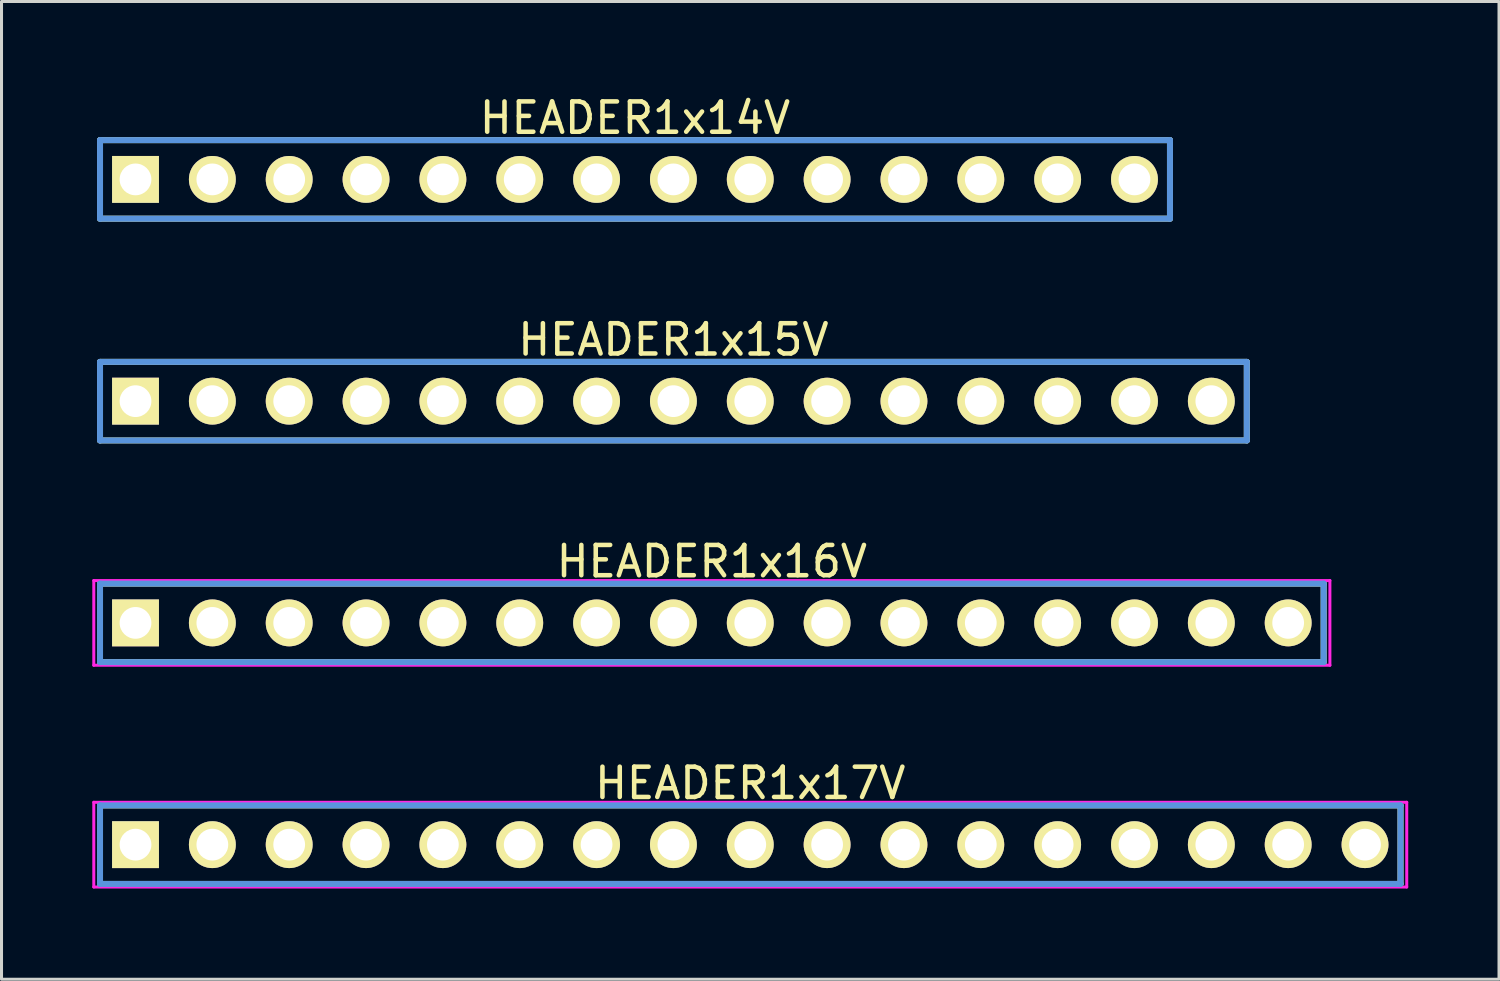
<source format=kicad_pcb>
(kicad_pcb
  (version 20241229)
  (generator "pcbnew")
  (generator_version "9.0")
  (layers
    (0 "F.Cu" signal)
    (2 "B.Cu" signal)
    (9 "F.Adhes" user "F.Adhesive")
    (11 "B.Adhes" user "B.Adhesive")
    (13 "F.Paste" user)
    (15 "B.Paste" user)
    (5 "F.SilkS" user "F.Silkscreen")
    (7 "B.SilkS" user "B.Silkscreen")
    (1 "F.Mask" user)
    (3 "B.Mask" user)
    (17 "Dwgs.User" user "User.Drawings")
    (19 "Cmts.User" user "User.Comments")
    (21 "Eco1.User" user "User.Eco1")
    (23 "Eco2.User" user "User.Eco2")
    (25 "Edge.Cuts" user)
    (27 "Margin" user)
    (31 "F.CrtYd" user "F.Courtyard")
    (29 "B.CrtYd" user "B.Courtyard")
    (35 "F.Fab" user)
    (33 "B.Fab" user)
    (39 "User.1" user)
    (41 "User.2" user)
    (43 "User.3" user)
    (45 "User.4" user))
  (footprint "HEADER1x14V"
    (layer "F.Cu")
    (at 1.429 2.88)
    (property "Reference" "HEADER1x14V" (at 16.51 -2.032 0) (layer "F.SilkS") (effects (font (size 1.001 1.001) (thickness 0.15))))
    (attr through_hole)
    (fp_line (start -1.173 -1.298) (end -1.173 1.298) (stroke (width 0.198) (type solid)) (layer "F.SilkS"))
    (fp_line (start -1.173 1.298) (end 34.193 1.298) (stroke (width 0.198) (type solid)) (layer "F.SilkS"))
    (fp_line (start 34.193 -1.298) (end -1.173 -1.298) (stroke (width 0.198) (type solid)) (layer "F.SilkS"))
    (fp_line (start 34.193 1.298) (end 34.193 -1.298) (stroke (width 0.198) (type solid)) (layer "F.SilkS"))
    (fp_line (start -1.173 -1.298) (end -1.173 1.298) (stroke (width 0.198) (type solid)) (layer "Cmts.User"))
    (fp_line (start -1.173 1.298) (end 34.193 1.298) (stroke (width 0.198) (type solid)) (layer "Cmts.User"))
    (fp_line (start 34.193 -1.298) (end -1.173 -1.298) (stroke (width 0.198) (type solid)) (layer "Cmts.User"))
    (fp_line (start 34.193 1.298) (end 34.193 -1.298) (stroke (width 0.198) (type solid)) (layer "Cmts.User"))
    (fp_line (start -1.379 -1.4) (end -1.379 1.4) (stroke (width 0.099) (type solid)) (layer "Eco1.User"))
    (fp_line (start -1.379 1.4) (end 34.399 1.4) (stroke (width 0.099) (type solid)) (layer "Eco1.User"))
    (fp_line (start 34.399 -1.4) (end -1.379 -1.4) (stroke (width 0.099) (type solid)) (layer "Eco1.User"))
    (fp_line (start 34.399 1.4) (end 34.399 -1.4) (stroke (width 0.099) (type solid)) (layer "Eco1.User"))
    (pad "1" thru_hole rect (at 0 0) (size 1.549 1.549) (drill 1.049) (layers "*.Cu" "*.Mask" "F.SilkS"))
    (pad "2" thru_hole circle (at 2.54 0) (size 1.549 1.549) (drill 1.049) (layers "*.Cu" "*.Mask" "F.SilkS"))
    (pad "3" thru_hole circle (at 5.08 0) (size 1.549 1.549) (drill 1.049) (layers "*.Cu" "*.Mask" "F.SilkS"))
    (pad "4" thru_hole circle (at 7.62 0) (size 1.549 1.549) (drill 1.049) (layers "*.Cu" "*.Mask" "F.SilkS"))
    (pad "5" thru_hole circle (at 10.16 0) (size 1.549 1.549) (drill 1.049) (layers "*.Cu" "*.Mask" "F.SilkS"))
    (pad "6" thru_hole circle (at 12.7 0) (size 1.549 1.549) (drill 1.049) (layers "*.Cu" "*.Mask" "F.SilkS"))
    (pad "7" thru_hole circle (at 15.24 0) (size 1.549 1.549) (drill 1.049) (layers "*.Cu" "*.Mask" "F.SilkS"))
    (pad "8" thru_hole circle (at 17.78 0) (size 1.549 1.549) (drill 1.049) (layers "*.Cu" "*.Mask" "F.SilkS"))
    (pad "9" thru_hole circle (at 20.32 0) (size 1.549 1.549) (drill 1.049) (layers "*.Cu" "*.Mask" "F.SilkS"))
    (pad "10" thru_hole circle (at 22.86 0) (size 1.549 1.549) (drill 1.049) (layers "*.Cu" "*.Mask" "F.SilkS"))
    (pad "11" thru_hole circle (at 25.4 0) (size 1.549 1.549) (drill 1.049) (layers "*.Cu" "*.Mask" "F.SilkS"))
    (pad "12" thru_hole circle (at 27.94 0) (size 1.549 1.549) (drill 1.049) (layers "*.Cu" "*.Mask" "F.SilkS"))
    (pad "13" thru_hole circle (at 30.48 0) (size 1.549 1.549) (drill 1.049) (layers "*.Cu" "*.Mask" "F.SilkS"))
    (pad "14" thru_hole circle (at 33.02 0) (size 1.549 1.549) (drill 1.049) (layers "*.Cu" "*.Mask" "F.SilkS")))
  (footprint "HEADER1x16V"
    (layer "F.Cu")
    (at 1.429 17.539)
    (property "Reference" "HEADER1x16V" (at 19.05 -2.032 0) (layer "F.SilkS") (effects (font (size 1.001 1.001) (thickness 0.15))))
    (attr through_hole)
    (fp_line (start -1.173 -1.298) (end -1.173 1.298) (stroke (width 0.198) (type solid)) (layer "F.SilkS"))
    (fp_line (start -1.173 1.298) (end 39.273 1.298) (stroke (width 0.198) (type solid)) (layer "F.SilkS"))
    (fp_line (start 39.273 -1.298) (end -1.173 -1.298) (stroke (width 0.198) (type solid)) (layer "F.SilkS"))
    (fp_line (start 39.273 1.298) (end 39.273 -1.298) (stroke (width 0.198) (type solid)) (layer "F.SilkS"))
    (fp_line (start -1.173 -1.298) (end -1.173 1.298) (stroke (width 0.198) (type solid)) (layer "Cmts.User"))
    (fp_line (start -1.173 1.298) (end 39.273 1.298) (stroke (width 0.198) (type solid)) (layer "Cmts.User"))
    (fp_line (start 39.273 -1.298) (end -1.173 -1.298) (stroke (width 0.198) (type solid)) (layer "Cmts.User"))
    (fp_line (start 39.273 1.298) (end 39.273 -1.298) (stroke (width 0.198) (type solid)) (layer "Cmts.User"))
    (fp_line (start -1.379 -1.4) (end -1.379 1.4) (stroke (width 0.099) (type solid)) (layer "F.CrtYd"))
    (fp_line (start -1.379 1.4) (end 39.479 1.4) (stroke (width 0.099) (type solid)) (layer "F.CrtYd"))
    (fp_line (start 39.479 -1.4) (end -1.379 -1.4) (stroke (width 0.099) (type solid)) (layer "F.CrtYd"))
    (fp_line (start 39.479 1.4) (end 39.479 -1.4) (stroke (width 0.099) (type solid)) (layer "F.CrtYd"))
    (pad "1" thru_hole rect (at 0 0) (size 1.549 1.549) (drill 1.049) (layers "*.Cu" "*.Mask" "F.SilkS"))
    (pad "2" thru_hole circle (at 2.54 0) (size 1.549 1.549) (drill 1.049) (layers "*.Cu" "*.Mask" "F.SilkS"))
    (pad "3" thru_hole circle (at 5.08 0) (size 1.549 1.549) (drill 1.049) (layers "*.Cu" "*.Mask" "F.SilkS"))
    (pad "4" thru_hole circle (at 7.62 0) (size 1.549 1.549) (drill 1.049) (layers "*.Cu" "*.Mask" "F.SilkS"))
    (pad "5" thru_hole circle (at 10.16 0) (size 1.549 1.549) (drill 1.049) (layers "*.Cu" "*.Mask" "F.SilkS"))
    (pad "6" thru_hole circle (at 12.7 0) (size 1.549 1.549) (drill 1.049) (layers "*.Cu" "*.Mask" "F.SilkS"))
    (pad "7" thru_hole circle (at 15.24 0) (size 1.549 1.549) (drill 1.049) (layers "*.Cu" "*.Mask" "F.SilkS"))
    (pad "8" thru_hole circle (at 17.78 0) (size 1.549 1.549) (drill 1.049) (layers "*.Cu" "*.Mask" "F.SilkS"))
    (pad "9" thru_hole circle (at 20.32 0) (size 1.549 1.549) (drill 1.049) (layers "*.Cu" "*.Mask" "F.SilkS"))
    (pad "10" thru_hole circle (at 22.86 0) (size 1.549 1.549) (drill 1.049) (layers "*.Cu" "*.Mask" "F.SilkS"))
    (pad "11" thru_hole circle (at 25.4 0) (size 1.549 1.549) (drill 1.049) (layers "*.Cu" "*.Mask" "F.SilkS"))
    (pad "12" thru_hole circle (at 27.94 0) (size 1.549 1.549) (drill 1.049) (layers "*.Cu" "*.Mask" "F.SilkS"))
    (pad "13" thru_hole circle (at 30.48 0) (size 1.549 1.549) (drill 1.049) (layers "*.Cu" "*.Mask" "F.SilkS"))
    (pad "14" thru_hole circle (at 33.02 0) (size 1.549 1.549) (drill 1.049) (layers "*.Cu" "*.Mask" "F.SilkS"))
    (pad "15" thru_hole circle (at 35.56 0) (size 1.549 1.549) (drill 1.049) (layers "*.Cu" "*.Mask" "F.SilkS"))
    (pad "16" thru_hole circle (at 38.1 0) (size 1.549 1.549) (drill 1.049) (layers "*.Cu" "*.Mask" "F.SilkS")))
  (footprint "HEADER1x17V"
    (layer "F.Cu")
    (at 1.429 24.869)
    (property "Reference" "HEADER1x17V" (at 20.32 -2.032 0) (layer "F.SilkS") (effects (font (size 1.001 1.001) (thickness 0.15))))
    (attr through_hole)
    (fp_line (start -1.173 -1.298) (end -1.173 1.298) (stroke (width 0.198) (type solid)) (layer "F.SilkS"))
    (fp_line (start -1.173 1.298) (end 41.813 1.298) (stroke (width 0.198) (type solid)) (layer "F.SilkS"))
    (fp_line (start 41.813 -1.298) (end -1.173 -1.298) (stroke (width 0.198) (type solid)) (layer "F.SilkS"))
    (fp_line (start 41.813 1.298) (end 41.813 -1.298) (stroke (width 0.198) (type solid)) (layer "F.SilkS"))
    (fp_line (start -1.173 -1.298) (end -1.173 1.298) (stroke (width 0.198) (type solid)) (layer "Cmts.User"))
    (fp_line (start -1.173 1.298) (end 41.813 1.298) (stroke (width 0.198) (type solid)) (layer "Cmts.User"))
    (fp_line (start 41.813 -1.298) (end -1.173 -1.298) (stroke (width 0.198) (type solid)) (layer "Cmts.User"))
    (fp_line (start 41.813 1.298) (end 41.813 -1.298) (stroke (width 0.198) (type solid)) (layer "Cmts.User"))
    (fp_line (start -1.379 -1.4) (end -1.379 1.4) (stroke (width 0.099) (type solid)) (layer "F.CrtYd"))
    (fp_line (start -1.379 1.4) (end 42.019 1.4) (stroke (width 0.099) (type solid)) (layer "F.CrtYd"))
    (fp_line (start 42.019 -1.4) (end -1.379 -1.4) (stroke (width 0.099) (type solid)) (layer "F.CrtYd"))
    (fp_line (start 42.019 1.4) (end 42.019 -1.4) (stroke (width 0.099) (type solid)) (layer "F.CrtYd"))
    (pad "1" thru_hole rect (at 0 0) (size 1.549 1.549) (drill 1.049) (layers "*.Cu" "*.Mask" "F.SilkS"))
    (pad "2" thru_hole circle (at 2.54 0) (size 1.549 1.549) (drill 1.049) (layers "*.Cu" "*.Mask" "F.SilkS"))
    (pad "3" thru_hole circle (at 5.08 0) (size 1.549 1.549) (drill 1.049) (layers "*.Cu" "*.Mask" "F.SilkS"))
    (pad "4" thru_hole circle (at 7.62 0) (size 1.549 1.549) (drill 1.049) (layers "*.Cu" "*.Mask" "F.SilkS"))
    (pad "5" thru_hole circle (at 10.16 0) (size 1.549 1.549) (drill 1.049) (layers "*.Cu" "*.Mask" "F.SilkS"))
    (pad "6" thru_hole circle (at 12.7 0) (size 1.549 1.549) (drill 1.049) (layers "*.Cu" "*.Mask" "F.SilkS"))
    (pad "7" thru_hole circle (at 15.24 0) (size 1.549 1.549) (drill 1.049) (layers "*.Cu" "*.Mask" "F.SilkS"))
    (pad "8" thru_hole circle (at 17.78 0) (size 1.549 1.549) (drill 1.049) (layers "*.Cu" "*.Mask" "F.SilkS"))
    (pad "9" thru_hole circle (at 20.32 0) (size 1.549 1.549) (drill 1.049) (layers "*.Cu" "*.Mask" "F.SilkS"))
    (pad "10" thru_hole circle (at 22.86 0) (size 1.549 1.549) (drill 1.049) (layers "*.Cu" "*.Mask" "F.SilkS"))
    (pad "11" thru_hole circle (at 25.4 0) (size 1.549 1.549) (drill 1.049) (layers "*.Cu" "*.Mask" "F.SilkS"))
    (pad "12" thru_hole circle (at 27.94 0) (size 1.549 1.549) (drill 1.049) (layers "*.Cu" "*.Mask" "F.SilkS"))
    (pad "13" thru_hole circle (at 30.48 0) (size 1.549 1.549) (drill 1.049) (layers "*.Cu" "*.Mask" "F.SilkS"))
    (pad "14" thru_hole circle (at 33.02 0) (size 1.549 1.549) (drill 1.049) (layers "*.Cu" "*.Mask" "F.SilkS"))
    (pad "15" thru_hole circle (at 35.56 0) (size 1.549 1.549) (drill 1.049) (layers "*.Cu" "*.Mask" "F.SilkS"))
    (pad "16" thru_hole circle (at 38.1 0) (size 1.549 1.549) (drill 1.049) (layers "*.Cu" "*.Mask" "F.SilkS"))
    (pad "17" thru_hole circle (at 40.64 0) (size 1.549 1.549) (drill 1.049) (layers "*.Cu" "*.Mask" "F.SilkS")))
  (footprint "HEADER1x15V"
    (layer "F.Cu")
    (at 1.429 10.21)
    (property "Reference" "HEADER1x15V" (at 17.78 -2.032 0) (layer "F.SilkS") (effects (font (size 1.001 1.001) (thickness 0.15))))
    (attr through_hole)
    (fp_line (start -1.173 -1.298) (end -1.173 1.298) (stroke (width 0.198) (type solid)) (layer "F.SilkS"))
    (fp_line (start -1.173 1.298) (end 36.733 1.298) (stroke (width 0.198) (type solid)) (layer "F.SilkS"))
    (fp_line (start 36.733 -1.298) (end -1.173 -1.298) (stroke (width 0.198) (type solid)) (layer "F.SilkS"))
    (fp_line (start 36.733 1.298) (end 36.733 -1.298) (stroke (width 0.198) (type solid)) (layer "F.SilkS"))
    (fp_line (start -1.173 -1.298) (end -1.173 1.298) (stroke (width 0.198) (type solid)) (layer "Cmts.User"))
    (fp_line (start -1.173 1.298) (end 36.733 1.298) (stroke (width 0.198) (type solid)) (layer "Cmts.User"))
    (fp_line (start 36.733 -1.298) (end -1.173 -1.298) (stroke (width 0.198) (type solid)) (layer "Cmts.User"))
    (fp_line (start 36.733 1.298) (end 36.733 -1.298) (stroke (width 0.198) (type solid)) (layer "Cmts.User"))
    (fp_line (start -1.379 -1.4) (end -1.379 1.4) (stroke (width 0.099) (type solid)) (layer "Eco1.User"))
    (fp_line (start -1.379 1.4) (end 36.939 1.4) (stroke (width 0.099) (type solid)) (layer "Eco1.User"))
    (fp_line (start 36.939 -1.4) (end -1.379 -1.4) (stroke (width 0.099) (type solid)) (layer "Eco1.User"))
    (fp_line (start 36.939 1.4) (end 36.939 -1.4) (stroke (width 0.099) (type solid)) (layer "Eco1.User"))
    (pad "1" thru_hole rect (at 0 0) (size 1.549 1.549) (drill 1.049) (layers "*.Cu" "*.Mask" "F.SilkS"))
    (pad "2" thru_hole circle (at 2.54 0) (size 1.549 1.549) (drill 1.049) (layers "*.Cu" "*.Mask" "F.SilkS"))
    (pad "3" thru_hole circle (at 5.08 0) (size 1.549 1.549) (drill 1.049) (layers "*.Cu" "*.Mask" "F.SilkS"))
    (pad "4" thru_hole circle (at 7.62 0) (size 1.549 1.549) (drill 1.049) (layers "*.Cu" "*.Mask" "F.SilkS"))
    (pad "5" thru_hole circle (at 10.16 0) (size 1.549 1.549) (drill 1.049) (layers "*.Cu" "*.Mask" "F.SilkS"))
    (pad "6" thru_hole circle (at 12.7 0) (size 1.549 1.549) (drill 1.049) (layers "*.Cu" "*.Mask" "F.SilkS"))
    (pad "7" thru_hole circle (at 15.24 0) (size 1.549 1.549) (drill 1.049) (layers "*.Cu" "*.Mask" "F.SilkS"))
    (pad "8" thru_hole circle (at 17.78 0) (size 1.549 1.549) (drill 1.049) (layers "*.Cu" "*.Mask" "F.SilkS"))
    (pad "9" thru_hole circle (at 20.32 0) (size 1.549 1.549) (drill 1.049) (layers "*.Cu" "*.Mask" "F.SilkS"))
    (pad "10" thru_hole circle (at 22.86 0) (size 1.549 1.549) (drill 1.049) (layers "*.Cu" "*.Mask" "F.SilkS"))
    (pad "11" thru_hole circle (at 25.4 0) (size 1.549 1.549) (drill 1.049) (layers "*.Cu" "*.Mask" "F.SilkS"))
    (pad "12" thru_hole circle (at 27.94 0) (size 1.549 1.549) (drill 1.049) (layers "*.Cu" "*.Mask" "F.SilkS"))
    (pad "13" thru_hole circle (at 30.48 0) (size 1.549 1.549) (drill 1.049) (layers "*.Cu" "*.Mask" "F.SilkS"))
    (pad "14" thru_hole circle (at 33.02 0) (size 1.549 1.549) (drill 1.049) (layers "*.Cu" "*.Mask" "F.SilkS"))
    (pad "15" thru_hole circle (at 35.56 0) (size 1.549 1.549) (drill 1.049) (layers "*.Cu" "*.Mask" "F.SilkS")))
  (gr_rect
    (start -3 -3)
    (end 46.498 29.318)
    (stroke (width 0.1) (type default))
    (fill no)
    (layer "Edge.Cuts")))
</source>
